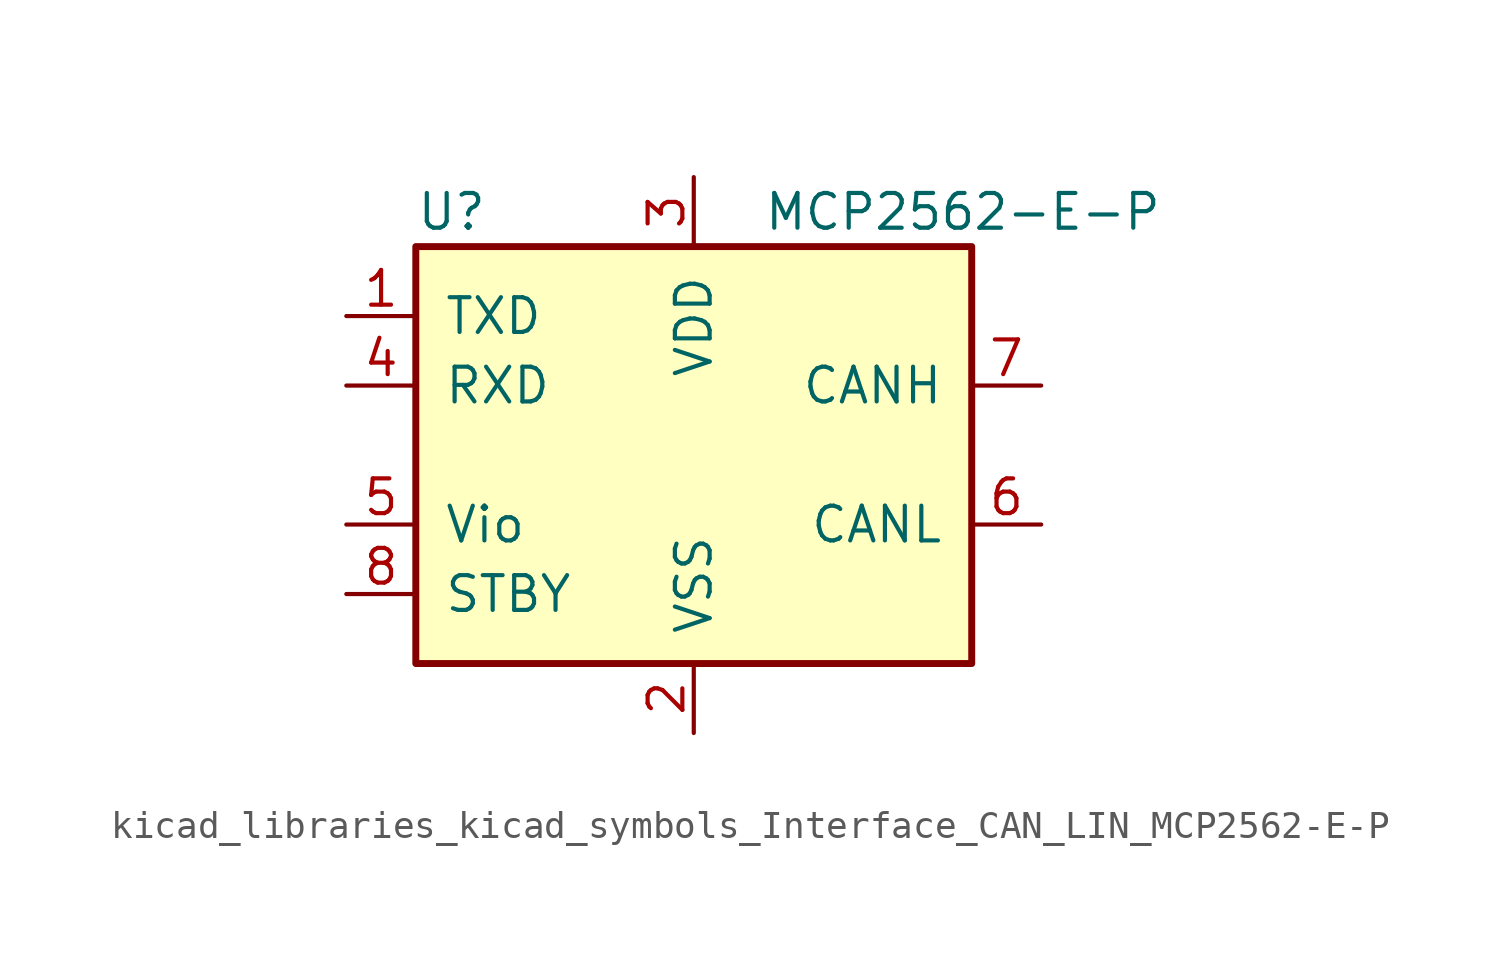
<source format=kicad_sym>
(kicad_symbol_lib
  (version 20220914)
  (generator kicad_symbol_editor)
  (symbol "kicad_libraries_kicad_symbols_Interface_CAN_LIN_MCP2562-E-P"
    (pin_names
      (offset 1.016))
    (property "Reference" "U"
      (at -10.16 8.89 0)
      (effects (font (size 1.27 1.27)) (justify left)))
    (property "Value" "MCP2562-E-P"
      (at 2.54 8.89 0)
      (effects (font (size 1.27 1.27)) (justify left)))
    (symbol "kicad_libraries_kicad_symbols_Interface_CAN_LIN_MCP2562-E-P_0_1"
      (rectangle (start -10.16 7.62) (end 10.16 -7.62) (stroke (width 0.254) (type default)) (fill (type background))))
    (symbol "kicad_libraries_kicad_symbols_Interface_CAN_LIN_MCP2562-E-P_1_1"
      (pin input line (at -12.7 5.08 0) (length 2.54) (name "TXD" (effects (font (size 1.27 1.27)))) (number "1" (effects (font (size 1.27 1.27)))))
      (pin power_in line (at 0 -10.16 90) (length 2.54) (name "VSS" (effects (font (size 1.27 1.27)))) (number "2" (effects (font (size 1.27 1.27)))))
      (pin power_in line (at 0 10.16 270) (length 2.54) (name "VDD" (effects (font (size 1.27 1.27)))) (number "3" (effects (font (size 1.27 1.27)))))
      (pin output line (at -12.7 2.54 0) (length 2.54) (name "RXD" (effects (font (size 1.27 1.27)))) (number "4" (effects (font (size 1.27 1.27)))))
      (pin power_in line (at -12.7 -2.54 0) (length 2.54) (name "Vio" (effects (font (size 1.27 1.27)))) (number "5" (effects (font (size 1.27 1.27)))))
      (pin bidirectional line (at 12.7 -2.54 180) (length 2.54) (name "CANL" (effects (font (size 1.27 1.27)))) (number "6" (effects (font (size 1.27 1.27)))))
      (pin bidirectional line (at 12.7 2.54 180) (length 2.54) (name "CANH" (effects (font (size 1.27 1.27)))) (number "7" (effects (font (size 1.27 1.27)))))
      (pin input line (at -12.7 -5.08 0) (length 2.54) (name "STBY" (effects (font (size 1.27 1.27)))) (number "8" (effects (font (size 1.27 1.27))))))))
</source>
